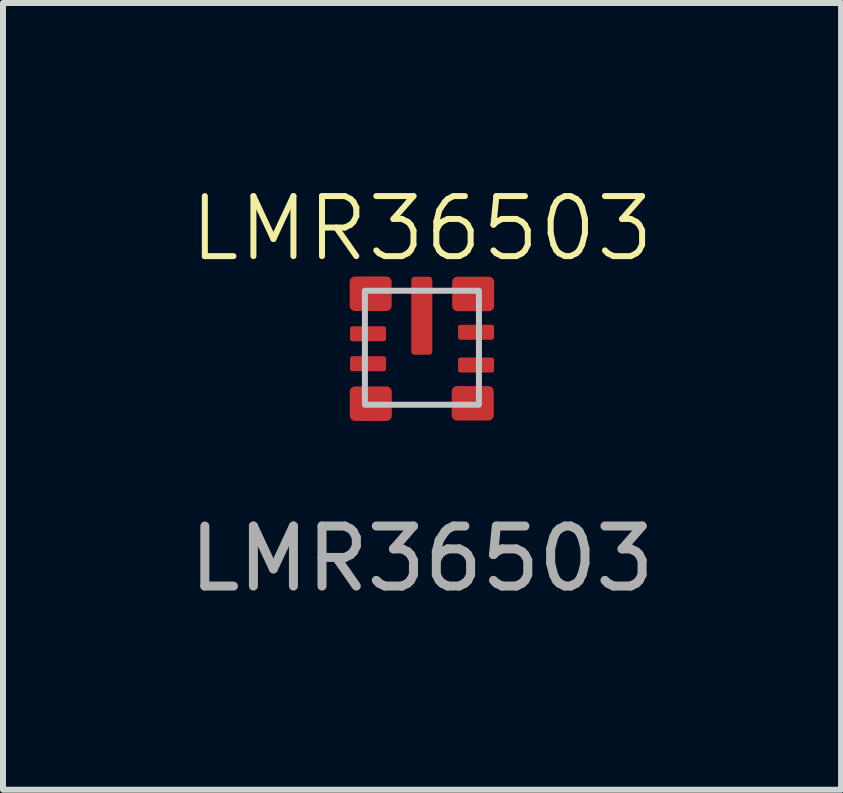
<source format=kicad_pcb>
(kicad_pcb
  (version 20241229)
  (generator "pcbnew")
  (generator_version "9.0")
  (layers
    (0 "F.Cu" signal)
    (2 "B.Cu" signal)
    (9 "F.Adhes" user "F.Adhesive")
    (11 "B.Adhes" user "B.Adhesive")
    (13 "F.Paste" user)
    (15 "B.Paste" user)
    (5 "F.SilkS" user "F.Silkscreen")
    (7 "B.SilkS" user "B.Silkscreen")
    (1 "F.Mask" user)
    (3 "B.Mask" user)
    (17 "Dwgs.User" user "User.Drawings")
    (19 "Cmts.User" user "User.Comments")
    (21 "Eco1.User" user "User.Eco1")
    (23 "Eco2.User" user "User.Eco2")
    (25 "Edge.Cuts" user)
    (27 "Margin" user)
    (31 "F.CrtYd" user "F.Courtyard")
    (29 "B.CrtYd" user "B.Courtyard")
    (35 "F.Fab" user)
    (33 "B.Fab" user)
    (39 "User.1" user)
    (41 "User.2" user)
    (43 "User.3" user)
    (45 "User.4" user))
  (footprint "LMR36503"
    (layer "F.Cu")
    (at 3.982 2.76)
    (property "Reference" "LMR36503" (at 0 -2 0) (unlocked yes) (layer "F.SilkS") (effects (font (size 1 1) (thickness 0.1))))
    (attr smd)
    (fp_rect (start -0.952 -0.966) (end 0.948 0.934) (stroke (width 0.1) (type solid)) (fill no) (layer "Dwgs.User"))
    (fp_text user "${REFERENCE}" (at 0 3.5 0) (unlocked yes) (layer "F.Fab") (effects (font (size 1 1) (thickness 0.15))))
    (pad "1" smd roundrect (at -0.856 -0.916) (size 0.7 0.575) (layers "F.Cu" "F.Mask" "F.Paste") (roundrect_rratio 0.15))
    (pad "2" smd roundrect (at -0.9 -0.249) (size 0.6 0.25) (layers "F.Cu" "F.Mask" "F.Paste") (roundrect_rratio 0.15))
    (pad "3" smd roundrect (at -0.9 0.25) (size 0.6 0.25) (layers "F.Cu" "F.Mask" "F.Paste") (roundrect_rratio 0.15))
    (pad "4" smd roundrect (at -0.854 0.916) (size 0.7 0.575) (layers "F.Cu" "F.Mask" "F.Paste") (roundrect_rratio 0.15))
    (pad "5" smd roundrect (at 0.845 0.91) (size 0.7 0.575) (layers "F.Cu" "F.Mask" "F.Paste") (roundrect_rratio 0.15))
    (pad "6" smd roundrect (at 0.9 0.272) (size 0.6 0.25) (layers "F.Cu" "F.Mask" "F.Paste") (roundrect_rratio 0.15))
    (pad "7" smd roundrect (at 0.9 -0.274) (size 0.6 0.25) (layers "F.Cu" "F.Mask" "F.Paste") (roundrect_rratio 0.15))
    (pad "8" smd roundrect (at 0.852 -0.912) (size 0.7 0.575) (layers "F.Cu" "F.Mask" "F.Paste") (roundrect_rratio 0.15))
    (pad "9" smd roundrect (at -0.004 -0.549) (size 0.35 1.3) (layers "F.Cu" "F.Mask" "F.Paste") (roundrect_rratio 0.15)))
  (gr_rect
    (start -3 -3)
    (end 10.964 10.109)
    (stroke (width 0.1) (type default))
    (fill no)
    (layer "Edge.Cuts")))
</source>
